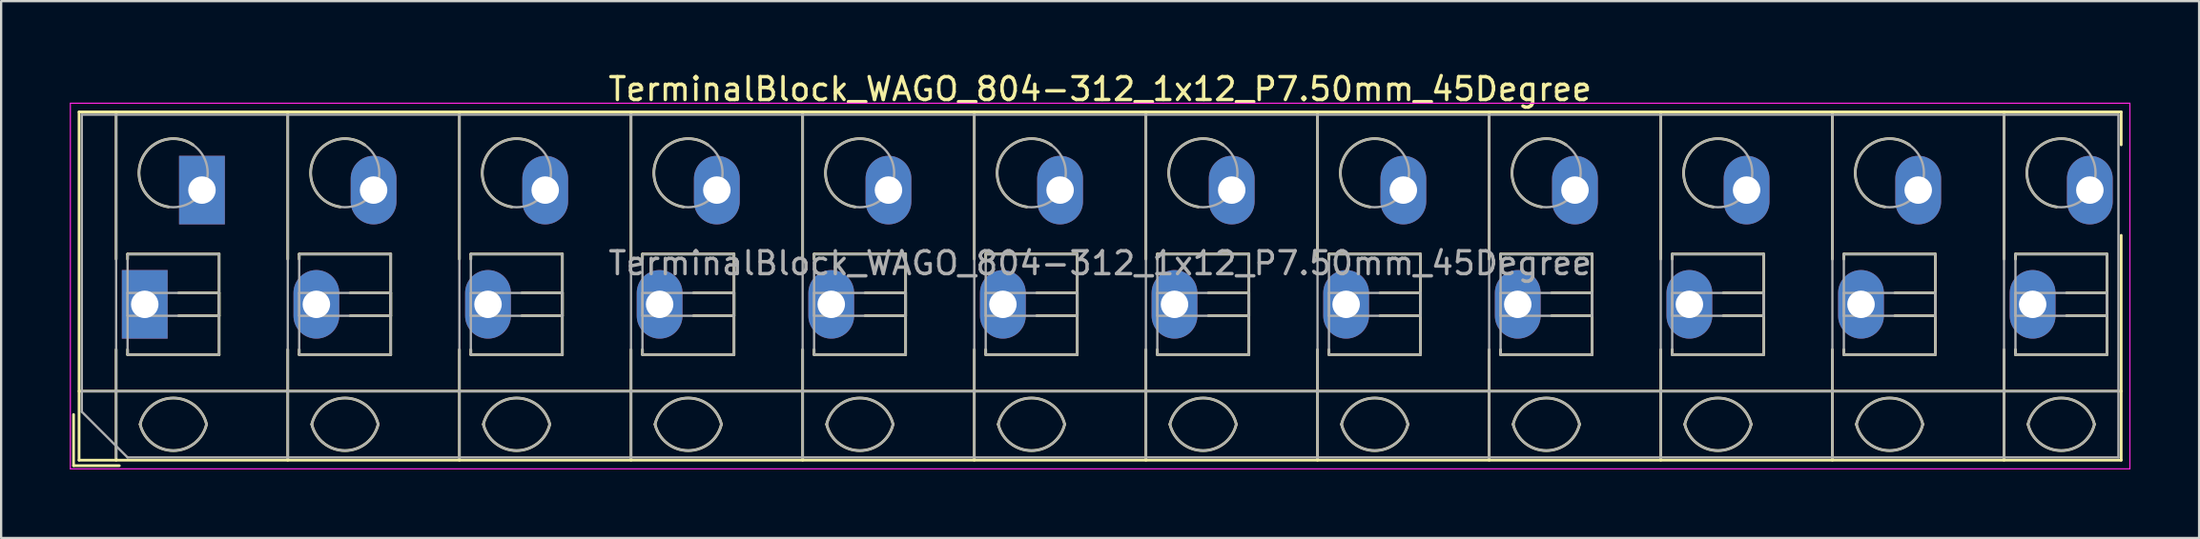
<source format=kicad_pcb>
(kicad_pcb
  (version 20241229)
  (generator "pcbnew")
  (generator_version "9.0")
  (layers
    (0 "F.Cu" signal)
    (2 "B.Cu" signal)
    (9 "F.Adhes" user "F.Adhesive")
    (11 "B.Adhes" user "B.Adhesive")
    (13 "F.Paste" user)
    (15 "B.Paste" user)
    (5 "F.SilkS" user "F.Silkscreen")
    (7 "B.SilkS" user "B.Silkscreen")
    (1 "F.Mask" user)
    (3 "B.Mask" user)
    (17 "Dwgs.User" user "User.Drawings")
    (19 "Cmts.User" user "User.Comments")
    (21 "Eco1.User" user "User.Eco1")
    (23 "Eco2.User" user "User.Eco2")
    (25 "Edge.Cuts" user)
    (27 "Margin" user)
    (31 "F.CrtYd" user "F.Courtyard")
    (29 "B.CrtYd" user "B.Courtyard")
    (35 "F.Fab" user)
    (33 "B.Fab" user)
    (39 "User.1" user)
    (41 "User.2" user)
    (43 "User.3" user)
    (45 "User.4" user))
  (footprint "TerminalBlock_WAGO_804-312_1x12_P7.50mm_45Degree"
    (layer "F.Cu")
    (at 3.275 10.268)
    (property "Reference" "TerminalBlock_WAGO_804-312_1x12_P7.50mm_45Degree" (at 41.75 -9.42 0) (layer "F.SilkS") (effects (font (size 1 1) (thickness 0.15))))
    (attr through_hole)
    (fp_line (start -3.11 4.82) (end -3.11 7.06) (stroke (width 0.12) (type solid)) (layer "F.SilkS"))
    (fp_line (start -3.11 7.06) (end -1.11 7.06) (stroke (width 0.12) (type solid)) (layer "F.SilkS"))
    (fp_line (start -2.87 -8.42) (end -2.87 6.82) (stroke (width 0.12) (type solid)) (layer "F.SilkS"))
    (fp_line (start -2.87 -8.42) (end 86.37 -8.42) (stroke (width 0.12) (type solid)) (layer "F.SilkS"))
    (fp_line (start -2.87 3.8) (end 86.37 3.8) (stroke (width 0.12) (type solid)) (layer "F.SilkS"))
    (fp_line (start -2.87 6.82) (end 86.37 6.82) (stroke (width 0.12) (type solid)) (layer "F.SilkS"))
    (fp_line (start -1.25 -8.42) (end -1.25 -1.98) (stroke (width 0.12) (type solid)) (layer "F.SilkS"))
    (fp_line (start -1.25 1.98) (end -1.25 6.82) (stroke (width 0.12) (type solid)) (layer "F.SilkS"))
    (fp_line (start -0.75 -2.2) (end -0.75 -1.98) (stroke (width 0.12) (type solid)) (layer "F.SilkS"))
    (fp_line (start -0.75 -2.2) (end 3.25 -2.2) (stroke (width 0.12) (type solid)) (layer "F.SilkS"))
    (fp_line (start -0.75 1.98) (end -0.75 2.2) (stroke (width 0.12) (type solid)) (layer "F.SilkS"))
    (fp_line (start -0.75 2.2) (end 3.25 2.2) (stroke (width 0.12) (type solid)) (layer "F.SilkS"))
    (fp_line (start 1.48 -0.5) (end 3.25 -0.5) (stroke (width 0.12) (type solid)) (layer "F.SilkS"))
    (fp_line (start 1.48 0.5) (end 3.25 0.5) (stroke (width 0.12) (type solid)) (layer "F.SilkS"))
    (fp_line (start 3.25 -2.2) (end 3.25 2.2) (stroke (width 0.12) (type solid)) (layer "F.SilkS"))
    (fp_line (start 3.25 -0.5) (end 3.25 0.5) (stroke (width 0.12) (type solid)) (layer "F.SilkS"))
    (fp_line (start 6.25 -8.42) (end 6.25 -1.98) (stroke (width 0.12) (type solid)) (layer "F.SilkS"))
    (fp_line (start 6.25 1.98) (end 6.25 6.82) (stroke (width 0.12) (type solid)) (layer "F.SilkS"))
    (fp_line (start 6.75 -2.2) (end 6.75 -1.98) (stroke (width 0.12) (type solid)) (layer "F.SilkS"))
    (fp_line (start 6.75 -2.2) (end 10.75 -2.2) (stroke (width 0.12) (type solid)) (layer "F.SilkS"))
    (fp_line (start 6.75 1.98) (end 6.75 2.2) (stroke (width 0.12) (type solid)) (layer "F.SilkS"))
    (fp_line (start 6.75 2.2) (end 10.75 2.2) (stroke (width 0.12) (type solid)) (layer "F.SilkS"))
    (fp_line (start 8.98 -0.5) (end 10.75 -0.5) (stroke (width 0.12) (type solid)) (layer "F.SilkS"))
    (fp_line (start 8.98 0.5) (end 10.75 0.5) (stroke (width 0.12) (type solid)) (layer "F.SilkS"))
    (fp_line (start 10.75 -2.2) (end 10.75 2.2) (stroke (width 0.12) (type solid)) (layer "F.SilkS"))
    (fp_line (start 10.75 -0.5) (end 10.75 0.5) (stroke (width 0.12) (type solid)) (layer "F.SilkS"))
    (fp_line (start 13.75 -8.42) (end 13.75 -1.98) (stroke (width 0.12) (type solid)) (layer "F.SilkS"))
    (fp_line (start 13.75 1.98) (end 13.75 6.82) (stroke (width 0.12) (type solid)) (layer "F.SilkS"))
    (fp_line (start 14.25 -2.2) (end 14.25 -1.98) (stroke (width 0.12) (type solid)) (layer "F.SilkS"))
    (fp_line (start 14.25 -2.2) (end 18.25 -2.2) (stroke (width 0.12) (type solid)) (layer "F.SilkS"))
    (fp_line (start 14.25 1.98) (end 14.25 2.2) (stroke (width 0.12) (type solid)) (layer "F.SilkS"))
    (fp_line (start 14.25 2.2) (end 18.25 2.2) (stroke (width 0.12) (type solid)) (layer "F.SilkS"))
    (fp_line (start 16.48 -0.5) (end 18.25 -0.5) (stroke (width 0.12) (type solid)) (layer "F.SilkS"))
    (fp_line (start 16.48 0.5) (end 18.25 0.5) (stroke (width 0.12) (type solid)) (layer "F.SilkS"))
    (fp_line (start 18.25 -2.2) (end 18.25 2.2) (stroke (width 0.12) (type solid)) (layer "F.SilkS"))
    (fp_line (start 18.25 -0.5) (end 18.25 0.5) (stroke (width 0.12) (type solid)) (layer "F.SilkS"))
    (fp_line (start 21.25 -8.42) (end 21.25 -1.98) (stroke (width 0.12) (type solid)) (layer "F.SilkS"))
    (fp_line (start 21.25 1.98) (end 21.25 6.82) (stroke (width 0.12) (type solid)) (layer "F.SilkS"))
    (fp_line (start 21.75 -2.2) (end 21.75 -1.98) (stroke (width 0.12) (type solid)) (layer "F.SilkS"))
    (fp_line (start 21.75 -2.2) (end 25.75 -2.2) (stroke (width 0.12) (type solid)) (layer "F.SilkS"))
    (fp_line (start 21.75 1.98) (end 21.75 2.2) (stroke (width 0.12) (type solid)) (layer "F.SilkS"))
    (fp_line (start 21.75 2.2) (end 25.75 2.2) (stroke (width 0.12) (type solid)) (layer "F.SilkS"))
    (fp_line (start 23.98 -0.5) (end 25.75 -0.5) (stroke (width 0.12) (type solid)) (layer "F.SilkS"))
    (fp_line (start 23.98 0.5) (end 25.75 0.5) (stroke (width 0.12) (type solid)) (layer "F.SilkS"))
    (fp_line (start 25.75 -2.2) (end 25.75 2.2) (stroke (width 0.12) (type solid)) (layer "F.SilkS"))
    (fp_line (start 25.75 -0.5) (end 25.75 0.5) (stroke (width 0.12) (type solid)) (layer "F.SilkS"))
    (fp_line (start 28.75 -8.42) (end 28.75 -1.98) (stroke (width 0.12) (type solid)) (layer "F.SilkS"))
    (fp_line (start 28.75 1.98) (end 28.75 6.82) (stroke (width 0.12) (type solid)) (layer "F.SilkS"))
    (fp_line (start 29.25 -2.2) (end 29.25 -1.98) (stroke (width 0.12) (type solid)) (layer "F.SilkS"))
    (fp_line (start 29.25 -2.2) (end 33.25 -2.2) (stroke (width 0.12) (type solid)) (layer "F.SilkS"))
    (fp_line (start 29.25 1.98) (end 29.25 2.2) (stroke (width 0.12) (type solid)) (layer "F.SilkS"))
    (fp_line (start 29.25 2.2) (end 33.25 2.2) (stroke (width 0.12) (type solid)) (layer "F.SilkS"))
    (fp_line (start 31.48 -0.5) (end 33.25 -0.5) (stroke (width 0.12) (type solid)) (layer "F.SilkS"))
    (fp_line (start 31.48 0.5) (end 33.25 0.5) (stroke (width 0.12) (type solid)) (layer "F.SilkS"))
    (fp_line (start 33.25 -2.2) (end 33.25 2.2) (stroke (width 0.12) (type solid)) (layer "F.SilkS"))
    (fp_line (start 33.25 -0.5) (end 33.25 0.5) (stroke (width 0.12) (type solid)) (layer "F.SilkS"))
    (fp_line (start 36.25 -8.42) (end 36.25 -1.98) (stroke (width 0.12) (type solid)) (layer "F.SilkS"))
    (fp_line (start 36.25 1.98) (end 36.25 6.82) (stroke (width 0.12) (type solid)) (layer "F.SilkS"))
    (fp_line (start 36.75 -2.2) (end 36.75 -1.98) (stroke (width 0.12) (type solid)) (layer "F.SilkS"))
    (fp_line (start 36.75 -2.2) (end 40.75 -2.2) (stroke (width 0.12) (type solid)) (layer "F.SilkS"))
    (fp_line (start 36.75 1.98) (end 36.75 2.2) (stroke (width 0.12) (type solid)) (layer "F.SilkS"))
    (fp_line (start 36.75 2.2) (end 40.75 2.2) (stroke (width 0.12) (type solid)) (layer "F.SilkS"))
    (fp_line (start 38.98 -0.5) (end 40.75 -0.5) (stroke (width 0.12) (type solid)) (layer "F.SilkS"))
    (fp_line (start 38.98 0.5) (end 40.75 0.5) (stroke (width 0.12) (type solid)) (layer "F.SilkS"))
    (fp_line (start 40.75 -2.2) (end 40.75 2.2) (stroke (width 0.12) (type solid)) (layer "F.SilkS"))
    (fp_line (start 40.75 -0.5) (end 40.75 0.5) (stroke (width 0.12) (type solid)) (layer "F.SilkS"))
    (fp_line (start 43.75 -8.42) (end 43.75 -1.98) (stroke (width 0.12) (type solid)) (layer "F.SilkS"))
    (fp_line (start 43.75 1.98) (end 43.75 6.82) (stroke (width 0.12) (type solid)) (layer "F.SilkS"))
    (fp_line (start 44.25 -2.2) (end 44.25 -1.98) (stroke (width 0.12) (type solid)) (layer "F.SilkS"))
    (fp_line (start 44.25 -2.2) (end 48.25 -2.2) (stroke (width 0.12) (type solid)) (layer "F.SilkS"))
    (fp_line (start 44.25 1.98) (end 44.25 2.2) (stroke (width 0.12) (type solid)) (layer "F.SilkS"))
    (fp_line (start 44.25 2.2) (end 48.25 2.2) (stroke (width 0.12) (type solid)) (layer "F.SilkS"))
    (fp_line (start 46.48 -0.5) (end 48.25 -0.5) (stroke (width 0.12) (type solid)) (layer "F.SilkS"))
    (fp_line (start 46.48 0.5) (end 48.25 0.5) (stroke (width 0.12) (type solid)) (layer "F.SilkS"))
    (fp_line (start 48.25 -2.2) (end 48.25 2.2) (stroke (width 0.12) (type solid)) (layer "F.SilkS"))
    (fp_line (start 48.25 -0.5) (end 48.25 0.5) (stroke (width 0.12) (type solid)) (layer "F.SilkS"))
    (fp_line (start 51.25 -8.42) (end 51.25 -1.98) (stroke (width 0.12) (type solid)) (layer "F.SilkS"))
    (fp_line (start 51.25 1.98) (end 51.25 6.82) (stroke (width 0.12) (type solid)) (layer "F.SilkS"))
    (fp_line (start 51.75 -2.2) (end 51.75 -1.98) (stroke (width 0.12) (type solid)) (layer "F.SilkS"))
    (fp_line (start 51.75 -2.2) (end 55.75 -2.2) (stroke (width 0.12) (type solid)) (layer "F.SilkS"))
    (fp_line (start 51.75 1.98) (end 51.75 2.2) (stroke (width 0.12) (type solid)) (layer "F.SilkS"))
    (fp_line (start 51.75 2.2) (end 55.75 2.2) (stroke (width 0.12) (type solid)) (layer "F.SilkS"))
    (fp_line (start 53.98 -0.5) (end 55.75 -0.5) (stroke (width 0.12) (type solid)) (layer "F.SilkS"))
    (fp_line (start 53.98 0.5) (end 55.75 0.5) (stroke (width 0.12) (type solid)) (layer "F.SilkS"))
    (fp_line (start 55.75 -2.2) (end 55.75 2.2) (stroke (width 0.12) (type solid)) (layer "F.SilkS"))
    (fp_line (start 55.75 -0.5) (end 55.75 0.5) (stroke (width 0.12) (type solid)) (layer "F.SilkS"))
    (fp_line (start 58.75 -8.42) (end 58.75 -1.98) (stroke (width 0.12) (type solid)) (layer "F.SilkS"))
    (fp_line (start 58.75 1.98) (end 58.75 6.82) (stroke (width 0.12) (type solid)) (layer "F.SilkS"))
    (fp_line (start 59.25 -2.2) (end 59.25 -1.98) (stroke (width 0.12) (type solid)) (layer "F.SilkS"))
    (fp_line (start 59.25 -2.2) (end 63.25 -2.2) (stroke (width 0.12) (type solid)) (layer "F.SilkS"))
    (fp_line (start 59.25 1.98) (end 59.25 2.2) (stroke (width 0.12) (type solid)) (layer "F.SilkS"))
    (fp_line (start 59.25 2.2) (end 63.25 2.2) (stroke (width 0.12) (type solid)) (layer "F.SilkS"))
    (fp_line (start 61.48 -0.5) (end 63.25 -0.5) (stroke (width 0.12) (type solid)) (layer "F.SilkS"))
    (fp_line (start 61.48 0.5) (end 63.25 0.5) (stroke (width 0.12) (type solid)) (layer "F.SilkS"))
    (fp_line (start 63.25 -2.2) (end 63.25 2.2) (stroke (width 0.12) (type solid)) (layer "F.SilkS"))
    (fp_line (start 63.25 -0.5) (end 63.25 0.5) (stroke (width 0.12) (type solid)) (layer "F.SilkS"))
    (fp_line (start 66.25 -8.42) (end 66.25 -1.98) (stroke (width 0.12) (type solid)) (layer "F.SilkS"))
    (fp_line (start 66.25 1.98) (end 66.25 6.82) (stroke (width 0.12) (type solid)) (layer "F.SilkS"))
    (fp_line (start 66.75 -2.2) (end 66.75 -1.98) (stroke (width 0.12) (type solid)) (layer "F.SilkS"))
    (fp_line (start 66.75 -2.2) (end 70.75 -2.2) (stroke (width 0.12) (type solid)) (layer "F.SilkS"))
    (fp_line (start 66.75 1.98) (end 66.75 2.2) (stroke (width 0.12) (type solid)) (layer "F.SilkS"))
    (fp_line (start 66.75 2.2) (end 70.75 2.2) (stroke (width 0.12) (type solid)) (layer "F.SilkS"))
    (fp_line (start 68.98 -0.5) (end 70.75 -0.5) (stroke (width 0.12) (type solid)) (layer "F.SilkS"))
    (fp_line (start 68.98 0.5) (end 70.75 0.5) (stroke (width 0.12) (type solid)) (layer "F.SilkS"))
    (fp_line (start 70.75 -2.2) (end 70.75 2.2) (stroke (width 0.12) (type solid)) (layer "F.SilkS"))
    (fp_line (start 70.75 -0.5) (end 70.75 0.5) (stroke (width 0.12) (type solid)) (layer "F.SilkS"))
    (fp_line (start 73.75 -8.42) (end 73.75 -1.98) (stroke (width 0.12) (type solid)) (layer "F.SilkS"))
    (fp_line (start 73.75 1.98) (end 73.75 6.82) (stroke (width 0.12) (type solid)) (layer "F.SilkS"))
    (fp_line (start 74.25 -2.2) (end 74.25 -1.98) (stroke (width 0.12) (type solid)) (layer "F.SilkS"))
    (fp_line (start 74.25 -2.2) (end 78.25 -2.2) (stroke (width 0.12) (type solid)) (layer "F.SilkS"))
    (fp_line (start 74.25 1.98) (end 74.25 2.2) (stroke (width 0.12) (type solid)) (layer "F.SilkS"))
    (fp_line (start 74.25 2.2) (end 78.25 2.2) (stroke (width 0.12) (type solid)) (layer "F.SilkS"))
    (fp_line (start 76.48 -0.5) (end 78.25 -0.5) (stroke (width 0.12) (type solid)) (layer "F.SilkS"))
    (fp_line (start 76.48 0.5) (end 78.25 0.5) (stroke (width 0.12) (type solid)) (layer "F.SilkS"))
    (fp_line (start 78.25 -2.2) (end 78.25 2.2) (stroke (width 0.12) (type solid)) (layer "F.SilkS"))
    (fp_line (start 78.25 -0.5) (end 78.25 0.5) (stroke (width 0.12) (type solid)) (layer "F.SilkS"))
    (fp_line (start 81.25 -8.42) (end 81.25 -1.98) (stroke (width 0.12) (type solid)) (layer "F.SilkS"))
    (fp_line (start 81.25 1.98) (end 81.25 6.82) (stroke (width 0.12) (type solid)) (layer "F.SilkS"))
    (fp_line (start 81.75 -2.2) (end 81.75 -1.98) (stroke (width 0.12) (type solid)) (layer "F.SilkS"))
    (fp_line (start 81.75 -2.2) (end 85.75 -2.2) (stroke (width 0.12) (type solid)) (layer "F.SilkS"))
    (fp_line (start 81.75 1.98) (end 81.75 2.2) (stroke (width 0.12) (type solid)) (layer "F.SilkS"))
    (fp_line (start 81.75 2.2) (end 85.75 2.2) (stroke (width 0.12) (type solid)) (layer "F.SilkS"))
    (fp_line (start 83.98 -0.5) (end 85.75 -0.5) (stroke (width 0.12) (type solid)) (layer "F.SilkS"))
    (fp_line (start 83.98 0.5) (end 85.75 0.5) (stroke (width 0.12) (type solid)) (layer "F.SilkS"))
    (fp_line (start 85.75 -2.2) (end 85.75 2.2) (stroke (width 0.12) (type solid)) (layer "F.SilkS"))
    (fp_line (start 85.75 -0.5) (end 85.75 0.5) (stroke (width 0.12) (type solid)) (layer "F.SilkS"))
    (fp_line (start 86.37 -8.42) (end 86.37 -6.98) (stroke (width 0.12) (type solid)) (layer "F.SilkS"))
    (fp_line (start 86.37 -3.02) (end 86.37 6.82) (stroke (width 0.12) (type solid)) (layer "F.SilkS"))
    (fp_arc (start -0.200865 5.250424) (mid 1.250296 4.099926) (end 2.701 5.251) (stroke (width 0.12) (type solid)) (layer "F.SilkS"))
    (fp_arc (start 1.040798 -4.264067) (mid -0.146039 -6.300306) (end 2.111 -6.979) (stroke (width 0.12) (type solid)) (layer "F.SilkS"))
    (fp_arc (start 2.7 5.25) (mid 1.250068 6.400101) (end -0.199969 5.250133) (stroke (width 0.12) (type solid)) (layer "F.SilkS"))
    (fp_arc (start 7.299135 5.250424) (mid 8.750296 4.099926) (end 10.201 5.251) (stroke (width 0.12) (type solid)) (layer "F.SilkS"))
    (fp_arc (start 8.540798 -4.264067) (mid 7.353961 -6.300306) (end 9.611 -6.979) (stroke (width 0.12) (type solid)) (layer "F.SilkS"))
    (fp_arc (start 10.2 5.25) (mid 8.750068 6.400101) (end 7.300031 5.250133) (stroke (width 0.12) (type solid)) (layer "F.SilkS"))
    (fp_arc (start 14.799135 5.250424) (mid 16.250296 4.099926) (end 17.701 5.251) (stroke (width 0.12) (type solid)) (layer "F.SilkS"))
    (fp_arc (start 16.040798 -4.264067) (mid 14.853961 -6.300306) (end 17.111 -6.979) (stroke (width 0.12) (type solid)) (layer "F.SilkS"))
    (fp_arc (start 17.7 5.25) (mid 16.250068 6.400101) (end 14.800031 5.250133) (stroke (width 0.12) (type solid)) (layer "F.SilkS"))
    (fp_arc (start 22.299135 5.250424) (mid 23.750296 4.099926) (end 25.201 5.251) (stroke (width 0.12) (type solid)) (layer "F.SilkS"))
    (fp_arc (start 23.540798 -4.264067) (mid 22.353961 -6.300306) (end 24.611 -6.979) (stroke (width 0.12) (type solid)) (layer "F.SilkS"))
    (fp_arc (start 25.2 5.25) (mid 23.750068 6.400101) (end 22.300031 5.250133) (stroke (width 0.12) (type solid)) (layer "F.SilkS"))
    (fp_arc (start 29.799135 5.250424) (mid 31.250296 4.099926) (end 32.701 5.251) (stroke (width 0.12) (type solid)) (layer "F.SilkS"))
    (fp_arc (start 31.040798 -4.264067) (mid 29.853961 -6.300306) (end 32.111 -6.979) (stroke (width 0.12) (type solid)) (layer "F.SilkS"))
    (fp_arc (start 32.701 5.25) (mid 31.250296 6.401074) (end 29.799135 5.250576) (stroke (width 0.12) (type solid)) (layer "F.SilkS"))
    (fp_arc (start 37.299135 5.250424) (mid 38.750296 4.099926) (end 40.201 5.251) (stroke (width 0.12) (type solid)) (layer "F.SilkS"))
    (fp_arc (start 38.540798 -4.264067) (mid 37.353961 -6.300306) (end 39.611 -6.979) (stroke (width 0.12) (type solid)) (layer "F.SilkS"))
    (fp_arc (start 40.2 5.25) (mid 38.750068 6.400101) (end 37.300031 5.250133) (stroke (width 0.12) (type solid)) (layer "F.SilkS"))
    (fp_arc (start 44.799135 5.250424) (mid 46.250296 4.099926) (end 47.701 5.251) (stroke (width 0.12) (type solid)) (layer "F.SilkS"))
    (fp_arc (start 46.040798 -4.264067) (mid 44.853961 -6.300306) (end 47.111 -6.979) (stroke (width 0.12) (type solid)) (layer "F.SilkS"))
    (fp_arc (start 47.7 5.25) (mid 46.250068 6.400101) (end 44.800031 5.250133) (stroke (width 0.12) (type solid)) (layer "F.SilkS"))
    (fp_arc (start 52.299135 5.250424) (mid 53.750296 4.099926) (end 55.201 5.251) (stroke (width 0.12) (type solid)) (layer "F.SilkS"))
    (fp_arc (start 53.540798 -4.264067) (mid 52.353961 -6.300306) (end 54.611 -6.979) (stroke (width 0.12) (type solid)) (layer "F.SilkS"))
    (fp_arc (start 55.2 5.25) (mid 53.750068 6.400101) (end 52.300031 5.250133) (stroke (width 0.12) (type solid)) (layer "F.SilkS"))
    (fp_arc (start 59.799135 5.250424) (mid 61.250296 4.099926) (end 62.701 5.251) (stroke (width 0.12) (type solid)) (layer "F.SilkS"))
    (fp_arc (start 61.040798 -4.264067) (mid 59.853961 -6.300306) (end 62.111 -6.979) (stroke (width 0.12) (type solid)) (layer "F.SilkS"))
    (fp_arc (start 62.7 5.25) (mid 61.250068 6.400101) (end 59.800031 5.250133) (stroke (width 0.12) (type solid)) (layer "F.SilkS"))
    (fp_arc (start 67.299135 5.250424) (mid 68.750296 4.099926) (end 70.201 5.251) (stroke (width 0.12) (type solid)) (layer "F.SilkS"))
    (fp_arc (start 68.540798 -4.264067) (mid 67.353961 -6.300306) (end 69.611 -6.979) (stroke (width 0.12) (type solid)) (layer "F.SilkS"))
    (fp_arc (start 70.2 5.25) (mid 68.750068 6.400101) (end 67.300031 5.250133) (stroke (width 0.12) (type solid)) (layer "F.SilkS"))
    (fp_arc (start 74.799135 5.250424) (mid 76.250296 4.099926) (end 77.701 5.251) (stroke (width 0.12) (type solid)) (layer "F.SilkS"))
    (fp_arc (start 76.040798 -4.264067) (mid 74.853961 -6.300306) (end 77.111 -6.979) (stroke (width 0.12) (type solid)) (layer "F.SilkS"))
    (fp_arc (start 77.7 5.25) (mid 76.250068 6.400101) (end 74.800031 5.250133) (stroke (width 0.12) (type solid)) (layer "F.SilkS"))
    (fp_arc (start 82.299135 5.250424) (mid 83.750296 4.099926) (end 85.201 5.251) (stroke (width 0.12) (type solid)) (layer "F.SilkS"))
    (fp_arc (start 83.540798 -4.264067) (mid 82.353961 -6.300306) (end 84.611 -6.979) (stroke (width 0.12) (type solid)) (layer "F.SilkS"))
    (fp_arc (start 85.2 5.25) (mid 83.750068 6.400101) (end 82.300031 5.250133) (stroke (width 0.12) (type solid)) (layer "F.SilkS"))
    (fp_line (start -3.25 -8.8) (end -3.25 7.2) (stroke (width 0.05) (type solid)) (layer "F.CrtYd"))
    (fp_line (start -3.25 7.2) (end 86.75 7.2) (stroke (width 0.05) (type solid)) (layer "F.CrtYd"))
    (fp_line (start 86.75 -8.8) (end -3.25 -8.8) (stroke (width 0.05) (type solid)) (layer "F.CrtYd"))
    (fp_line (start 86.75 7.2) (end 86.75 -8.8) (stroke (width 0.05) (type solid)) (layer "F.CrtYd"))
    (fp_line (start -2.75 -8.3) (end 86.25 -8.3) (stroke (width 0.1) (type solid)) (layer "F.Fab"))
    (fp_line (start -2.75 3.8) (end 86.25 3.8) (stroke (width 0.1) (type solid)) (layer "F.Fab"))
    (fp_line (start -2.75 4.7) (end -2.75 -8.3) (stroke (width 0.1) (type solid)) (layer "F.Fab"))
    (fp_line (start -1.25 -8.3) (end -1.25 6.7) (stroke (width 0.1) (type solid)) (layer "F.Fab"))
    (fp_line (start -0.75 -2.2) (end -0.75 2.2) (stroke (width 0.1) (type solid)) (layer "F.Fab"))
    (fp_line (start -0.75 -0.5) (end -0.75 0.5) (stroke (width 0.1) (type solid)) (layer "F.Fab"))
    (fp_line (start -0.75 0.5) (end 3.25 0.5) (stroke (width 0.1) (type solid)) (layer "F.Fab"))
    (fp_line (start -0.75 2.2) (end 3.25 2.2) (stroke (width 0.1) (type solid)) (layer "F.Fab"))
    (fp_line (start -0.75 6.7) (end -2.75 4.7) (stroke (width 0.1) (type solid)) (layer "F.Fab"))
    (fp_line (start 3.25 -2.2) (end -0.75 -2.2) (stroke (width 0.1) (type solid)) (layer "F.Fab"))
    (fp_line (start 3.25 -0.5) (end -0.75 -0.5) (stroke (width 0.1) (type solid)) (layer "F.Fab"))
    (fp_line (start 3.25 0.5) (end 3.25 -0.5) (stroke (width 0.1) (type solid)) (layer "F.Fab"))
    (fp_line (start 3.25 2.2) (end 3.25 -2.2) (stroke (width 0.1) (type solid)) (layer "F.Fab"))
    (fp_line (start 6.25 -8.3) (end 6.25 6.7) (stroke (width 0.1) (type solid)) (layer "F.Fab"))
    (fp_line (start 6.75 -2.2) (end 6.75 2.2) (stroke (width 0.1) (type solid)) (layer "F.Fab"))
    (fp_line (start 6.75 -0.5) (end 6.75 0.5) (stroke (width 0.1) (type solid)) (layer "F.Fab"))
    (fp_line (start 6.75 0.5) (end 10.75 0.5) (stroke (width 0.1) (type solid)) (layer "F.Fab"))
    (fp_line (start 6.75 2.2) (end 10.75 2.2) (stroke (width 0.1) (type solid)) (layer "F.Fab"))
    (fp_line (start 10.75 -2.2) (end 6.75 -2.2) (stroke (width 0.1) (type solid)) (layer "F.Fab"))
    (fp_line (start 10.75 -0.5) (end 6.75 -0.5) (stroke (width 0.1) (type solid)) (layer "F.Fab"))
    (fp_line (start 10.75 0.5) (end 10.75 -0.5) (stroke (width 0.1) (type solid)) (layer "F.Fab"))
    (fp_line (start 10.75 2.2) (end 10.75 -2.2) (stroke (width 0.1) (type solid)) (layer "F.Fab"))
    (fp_line (start 13.75 -8.3) (end 13.75 6.7) (stroke (width 0.1) (type solid)) (layer "F.Fab"))
    (fp_line (start 14.25 -2.2) (end 14.25 2.2) (stroke (width 0.1) (type solid)) (layer "F.Fab"))
    (fp_line (start 14.25 -0.5) (end 14.25 0.5) (stroke (width 0.1) (type solid)) (layer "F.Fab"))
    (fp_line (start 14.25 0.5) (end 18.25 0.5) (stroke (width 0.1) (type solid)) (layer "F.Fab"))
    (fp_line (start 14.25 2.2) (end 18.25 2.2) (stroke (width 0.1) (type solid)) (layer "F.Fab"))
    (fp_line (start 18.25 -2.2) (end 14.25 -2.2) (stroke (width 0.1) (type solid)) (layer "F.Fab"))
    (fp_line (start 18.25 -0.5) (end 14.25 -0.5) (stroke (width 0.1) (type solid)) (layer "F.Fab"))
    (fp_line (start 18.25 0.5) (end 18.25 -0.5) (stroke (width 0.1) (type solid)) (layer "F.Fab"))
    (fp_line (start 18.25 2.2) (end 18.25 -2.2) (stroke (width 0.1) (type solid)) (layer "F.Fab"))
    (fp_line (start 21.25 -8.3) (end 21.25 6.7) (stroke (width 0.1) (type solid)) (layer "F.Fab"))
    (fp_line (start 21.75 -2.2) (end 21.75 2.2) (stroke (width 0.1) (type solid)) (layer "F.Fab"))
    (fp_line (start 21.75 -0.5) (end 21.75 0.5) (stroke (width 0.1) (type solid)) (layer "F.Fab"))
    (fp_line (start 21.75 0.5) (end 25.75 0.5) (stroke (width 0.1) (type solid)) (layer "F.Fab"))
    (fp_line (start 21.75 2.2) (end 25.75 2.2) (stroke (width 0.1) (type solid)) (layer "F.Fab"))
    (fp_line (start 25.75 -2.2) (end 21.75 -2.2) (stroke (width 0.1) (type solid)) (layer "F.Fab"))
    (fp_line (start 25.75 -0.5) (end 21.75 -0.5) (stroke (width 0.1) (type solid)) (layer "F.Fab"))
    (fp_line (start 25.75 0.5) (end 25.75 -0.5) (stroke (width 0.1) (type solid)) (layer "F.Fab"))
    (fp_line (start 25.75 2.2) (end 25.75 -2.2) (stroke (width 0.1) (type solid)) (layer "F.Fab"))
    (fp_line (start 28.75 -8.3) (end 28.75 6.7) (stroke (width 0.1) (type solid)) (layer "F.Fab"))
    (fp_line (start 29.25 -2.2) (end 29.25 2.2) (stroke (width 0.1) (type solid)) (layer "F.Fab"))
    (fp_line (start 29.25 -0.5) (end 29.25 0.5) (stroke (width 0.1) (type solid)) (layer "F.Fab"))
    (fp_line (start 29.25 0.5) (end 33.25 0.5) (stroke (width 0.1) (type solid)) (layer "F.Fab"))
    (fp_line (start 29.25 2.2) (end 33.25 2.2) (stroke (width 0.1) (type solid)) (layer "F.Fab"))
    (fp_line (start 33.25 -2.2) (end 29.25 -2.2) (stroke (width 0.1) (type solid)) (layer "F.Fab"))
    (fp_line (start 33.25 -0.5) (end 29.25 -0.5) (stroke (width 0.1) (type solid)) (layer "F.Fab"))
    (fp_line (start 33.25 0.5) (end 33.25 -0.5) (stroke (width 0.1) (type solid)) (layer "F.Fab"))
    (fp_line (start 33.25 2.2) (end 33.25 -2.2) (stroke (width 0.1) (type solid)) (layer "F.Fab"))
    (fp_line (start 36.25 -8.3) (end 36.25 6.7) (stroke (width 0.1) (type solid)) (layer "F.Fab"))
    (fp_line (start 36.75 -2.2) (end 36.75 2.2) (stroke (width 0.1) (type solid)) (layer "F.Fab"))
    (fp_line (start 36.75 -0.5) (end 36.75 0.5) (stroke (width 0.1) (type solid)) (layer "F.Fab"))
    (fp_line (start 36.75 0.5) (end 40.75 0.5) (stroke (width 0.1) (type solid)) (layer "F.Fab"))
    (fp_line (start 36.75 2.2) (end 40.75 2.2) (stroke (width 0.1) (type solid)) (layer "F.Fab"))
    (fp_line (start 40.75 -2.2) (end 36.75 -2.2) (stroke (width 0.1) (type solid)) (layer "F.Fab"))
    (fp_line (start 40.75 -0.5) (end 36.75 -0.5) (stroke (width 0.1) (type solid)) (layer "F.Fab"))
    (fp_line (start 40.75 0.5) (end 40.75 -0.5) (stroke (width 0.1) (type solid)) (layer "F.Fab"))
    (fp_line (start 40.75 2.2) (end 40.75 -2.2) (stroke (width 0.1) (type solid)) (layer "F.Fab"))
    (fp_line (start 43.75 -8.3) (end 43.75 6.7) (stroke (width 0.1) (type solid)) (layer "F.Fab"))
    (fp_line (start 44.25 -2.2) (end 44.25 2.2) (stroke (width 0.1) (type solid)) (layer "F.Fab"))
    (fp_line (start 44.25 -0.5) (end 44.25 0.5) (stroke (width 0.1) (type solid)) (layer "F.Fab"))
    (fp_line (start 44.25 0.5) (end 48.25 0.5) (stroke (width 0.1) (type solid)) (layer "F.Fab"))
    (fp_line (start 44.25 2.2) (end 48.25 2.2) (stroke (width 0.1) (type solid)) (layer "F.Fab"))
    (fp_line (start 48.25 -2.2) (end 44.25 -2.2) (stroke (width 0.1) (type solid)) (layer "F.Fab"))
    (fp_line (start 48.25 -0.5) (end 44.25 -0.5) (stroke (width 0.1) (type solid)) (layer "F.Fab"))
    (fp_line (start 48.25 0.5) (end 48.25 -0.5) (stroke (width 0.1) (type solid)) (layer "F.Fab"))
    (fp_line (start 48.25 2.2) (end 48.25 -2.2) (stroke (width 0.1) (type solid)) (layer "F.Fab"))
    (fp_line (start 51.25 -8.3) (end 51.25 6.7) (stroke (width 0.1) (type solid)) (layer "F.Fab"))
    (fp_line (start 51.75 -2.2) (end 51.75 2.2) (stroke (width 0.1) (type solid)) (layer "F.Fab"))
    (fp_line (start 51.75 -0.5) (end 51.75 0.5) (stroke (width 0.1) (type solid)) (layer "F.Fab"))
    (fp_line (start 51.75 0.5) (end 55.75 0.5) (stroke (width 0.1) (type solid)) (layer "F.Fab"))
    (fp_line (start 51.75 2.2) (end 55.75 2.2) (stroke (width 0.1) (type solid)) (layer "F.Fab"))
    (fp_line (start 55.75 -2.2) (end 51.75 -2.2) (stroke (width 0.1) (type solid)) (layer "F.Fab"))
    (fp_line (start 55.75 -0.5) (end 51.75 -0.5) (stroke (width 0.1) (type solid)) (layer "F.Fab"))
    (fp_line (start 55.75 0.5) (end 55.75 -0.5) (stroke (width 0.1) (type solid)) (layer "F.Fab"))
    (fp_line (start 55.75 2.2) (end 55.75 -2.2) (stroke (width 0.1) (type solid)) (layer "F.Fab"))
    (fp_line (start 58.75 -8.3) (end 58.75 6.7) (stroke (width 0.1) (type solid)) (layer "F.Fab"))
    (fp_line (start 59.25 -2.2) (end 59.25 2.2) (stroke (width 0.1) (type solid)) (layer "F.Fab"))
    (fp_line (start 59.25 -0.5) (end 59.25 0.5) (stroke (width 0.1) (type solid)) (layer "F.Fab"))
    (fp_line (start 59.25 0.5) (end 63.25 0.5) (stroke (width 0.1) (type solid)) (layer "F.Fab"))
    (fp_line (start 59.25 2.2) (end 63.25 2.2) (stroke (width 0.1) (type solid)) (layer "F.Fab"))
    (fp_line (start 63.25 -2.2) (end 59.25 -2.2) (stroke (width 0.1) (type solid)) (layer "F.Fab"))
    (fp_line (start 63.25 -0.5) (end 59.25 -0.5) (stroke (width 0.1) (type solid)) (layer "F.Fab"))
    (fp_line (start 63.25 0.5) (end 63.25 -0.5) (stroke (width 0.1) (type solid)) (layer "F.Fab"))
    (fp_line (start 63.25 2.2) (end 63.25 -2.2) (stroke (width 0.1) (type solid)) (layer "F.Fab"))
    (fp_line (start 66.25 -8.3) (end 66.25 6.7) (stroke (width 0.1) (type solid)) (layer "F.Fab"))
    (fp_line (start 66.75 -2.2) (end 66.75 2.2) (stroke (width 0.1) (type solid)) (layer "F.Fab"))
    (fp_line (start 66.75 -0.5) (end 66.75 0.5) (stroke (width 0.1) (type solid)) (layer "F.Fab"))
    (fp_line (start 66.75 0.5) (end 70.75 0.5) (stroke (width 0.1) (type solid)) (layer "F.Fab"))
    (fp_line (start 66.75 2.2) (end 70.75 2.2) (stroke (width 0.1) (type solid)) (layer "F.Fab"))
    (fp_line (start 70.75 -2.2) (end 66.75 -2.2) (stroke (width 0.1) (type solid)) (layer "F.Fab"))
    (fp_line (start 70.75 -0.5) (end 66.75 -0.5) (stroke (width 0.1) (type solid)) (layer "F.Fab"))
    (fp_line (start 70.75 0.5) (end 70.75 -0.5) (stroke (width 0.1) (type solid)) (layer "F.Fab"))
    (fp_line (start 70.75 2.2) (end 70.75 -2.2) (stroke (width 0.1) (type solid)) (layer "F.Fab"))
    (fp_line (start 73.75 -8.3) (end 73.75 6.7) (stroke (width 0.1) (type solid)) (layer "F.Fab"))
    (fp_line (start 74.25 -2.2) (end 74.25 2.2) (stroke (width 0.1) (type solid)) (layer "F.Fab"))
    (fp_line (start 74.25 -0.5) (end 74.25 0.5) (stroke (width 0.1) (type solid)) (layer "F.Fab"))
    (fp_line (start 74.25 0.5) (end 78.25 0.5) (stroke (width 0.1) (type solid)) (layer "F.Fab"))
    (fp_line (start 74.25 2.2) (end 78.25 2.2) (stroke (width 0.1) (type solid)) (layer "F.Fab"))
    (fp_line (start 78.25 -2.2) (end 74.25 -2.2) (stroke (width 0.1) (type solid)) (layer "F.Fab"))
    (fp_line (start 78.25 -0.5) (end 74.25 -0.5) (stroke (width 0.1) (type solid)) (layer "F.Fab"))
    (fp_line (start 78.25 0.5) (end 78.25 -0.5) (stroke (width 0.1) (type solid)) (layer "F.Fab"))
    (fp_line (start 78.25 2.2) (end 78.25 -2.2) (stroke (width 0.1) (type solid)) (layer "F.Fab"))
    (fp_line (start 81.25 -8.3) (end 81.25 6.7) (stroke (width 0.1) (type solid)) (layer "F.Fab"))
    (fp_line (start 81.75 -2.2) (end 81.75 2.2) (stroke (width 0.1) (type solid)) (layer "F.Fab"))
    (fp_line (start 81.75 -0.5) (end 81.75 0.5) (stroke (width 0.1) (type solid)) (layer "F.Fab"))
    (fp_line (start 81.75 0.5) (end 85.75 0.5) (stroke (width 0.1) (type solid)) (layer "F.Fab"))
    (fp_line (start 81.75 2.2) (end 85.75 2.2) (stroke (width 0.1) (type solid)) (layer "F.Fab"))
    (fp_line (start 85.75 -2.2) (end 81.75 -2.2) (stroke (width 0.1) (type solid)) (layer "F.Fab"))
    (fp_line (start 85.75 -0.5) (end 81.75 -0.5) (stroke (width 0.1) (type solid)) (layer "F.Fab"))
    (fp_line (start 85.75 0.5) (end 85.75 -0.5) (stroke (width 0.1) (type solid)) (layer "F.Fab"))
    (fp_line (start 85.75 2.2) (end 85.75 -2.2) (stroke (width 0.1) (type solid)) (layer "F.Fab"))
    (fp_line (start 86.25 -8.3) (end 86.25 6.7) (stroke (width 0.1) (type solid)) (layer "F.Fab"))
    (fp_line (start 86.25 6.7) (end -0.75 6.7) (stroke (width 0.1) (type solid)) (layer "F.Fab"))
    (fp_arc (start -0.200865 5.250424) (mid 1.250296 4.099926) (end 2.701 5.251) (stroke (width 0.1) (type solid)) (layer "F.Fab"))
    (fp_arc (start 2.7 5.25) (mid 1.250068 6.400101) (end -0.199969 5.250133) (stroke (width 0.1) (type solid)) (layer "F.Fab"))
    (fp_arc (start 7.299135 5.250424) (mid 8.750296 4.099926) (end 10.201 5.251) (stroke (width 0.1) (type solid)) (layer "F.Fab"))
    (fp_arc (start 10.2 5.25) (mid 8.750068 6.400101) (end 7.300031 5.250133) (stroke (width 0.1) (type solid)) (layer "F.Fab"))
    (fp_arc (start 14.799135 5.250424) (mid 16.250296 4.099926) (end 17.701 5.251) (stroke (width 0.1) (type solid)) (layer "F.Fab"))
    (fp_arc (start 17.7 5.25) (mid 16.250068 6.400101) (end 14.800031 5.250133) (stroke (width 0.1) (type solid)) (layer "F.Fab"))
    (fp_arc (start 22.299135 5.250424) (mid 23.750296 4.099926) (end 25.201 5.251) (stroke (width 0.1) (type solid)) (layer "F.Fab"))
    (fp_arc (start 25.2 5.25) (mid 23.750068 6.400101) (end 22.300031 5.250133) (stroke (width 0.1) (type solid)) (layer "F.Fab"))
    (fp_arc (start 29.799135 5.250424) (mid 31.250296 4.099926) (end 32.701 5.251) (stroke (width 0.1) (type solid)) (layer "F.Fab"))
    (fp_arc (start 32.701 5.25) (mid 31.250296 6.401074) (end 29.799135 5.250576) (stroke (width 0.1) (type solid)) (layer "F.Fab"))
    (fp_arc (start 37.299135 5.250424) (mid 38.750296 4.099926) (end 40.201 5.251) (stroke (width 0.1) (type solid)) (layer "F.Fab"))
    (fp_arc (start 40.2 5.25) (mid 38.750068 6.400101) (end 37.300031 5.250133) (stroke (width 0.1) (type solid)) (layer "F.Fab"))
    (fp_arc (start 44.799135 5.250424) (mid 46.250296 4.099926) (end 47.701 5.251) (stroke (width 0.1) (type solid)) (layer "F.Fab"))
    (fp_arc (start 47.7 5.25) (mid 46.250068 6.400101) (end 44.800031 5.250133) (stroke (width 0.1) (type solid)) (layer "F.Fab"))
    (fp_arc (start 52.299135 5.250424) (mid 53.750296 4.099926) (end 55.201 5.251) (stroke (width 0.1) (type solid)) (layer "F.Fab"))
    (fp_arc (start 55.2 5.25) (mid 53.750068 6.400101) (end 52.300031 5.250133) (stroke (width 0.1) (type solid)) (layer "F.Fab"))
    (fp_arc (start 59.799135 5.250424) (mid 61.250296 4.099926) (end 62.701 5.251) (stroke (width 0.1) (type solid)) (layer "F.Fab"))
    (fp_arc (start 62.7 5.25) (mid 61.250068 6.400101) (end 59.800031 5.250133) (stroke (width 0.1) (type solid)) (layer "F.Fab"))
    (fp_arc (start 67.299135 5.250424) (mid 68.750296 4.099926) (end 70.201 5.251) (stroke (width 0.1) (type solid)) (layer "F.Fab"))
    (fp_arc (start 70.2 5.25) (mid 68.750068 6.400101) (end 67.300031 5.250133) (stroke (width 0.1) (type solid)) (layer "F.Fab"))
    (fp_arc (start 74.799135 5.250424) (mid 76.250296 4.099926) (end 77.701 5.251) (stroke (width 0.1) (type solid)) (layer "F.Fab"))
    (fp_arc (start 77.7 5.25) (mid 76.250068 6.400101) (end 74.800031 5.250133) (stroke (width 0.1) (type solid)) (layer "F.Fab"))
    (fp_arc (start 82.299135 5.250424) (mid 83.750296 4.099926) (end 85.201 5.251) (stroke (width 0.1) (type solid)) (layer "F.Fab"))
    (fp_arc (start 85.2 5.25) (mid 83.750068 6.400101) (end 82.300031 5.250133) (stroke (width 0.1) (type solid)) (layer "F.Fab"))
    (fp_circle (center 1.25 -5.75) (end 2.75 -5.75) (stroke (width 0.1) (type solid)) (fill no) (layer "F.Fab"))
    (fp_circle (center 8.75 -5.75) (end 10.25 -5.75) (stroke (width 0.1) (type solid)) (fill no) (layer "F.Fab"))
    (fp_circle (center 16.25 -5.75) (end 17.75 -5.75) (stroke (width 0.1) (type solid)) (fill no) (layer "F.Fab"))
    (fp_circle (center 23.75 -5.75) (end 25.25 -5.75) (stroke (width 0.1) (type solid)) (fill no) (layer "F.Fab"))
    (fp_circle (center 31.25 -5.75) (end 32.75 -5.75) (stroke (width 0.1) (type solid)) (fill no) (layer "F.Fab"))
    (fp_circle (center 38.75 -5.75) (end 40.25 -5.75) (stroke (width 0.1) (type solid)) (fill no) (layer "F.Fab"))
    (fp_circle (center 46.25 -5.75) (end 47.75 -5.75) (stroke (width 0.1) (type solid)) (fill no) (layer "F.Fab"))
    (fp_circle (center 53.75 -5.75) (end 55.25 -5.75) (stroke (width 0.1) (type solid)) (fill no) (layer "F.Fab"))
    (fp_circle (center 61.25 -5.75) (end 62.75 -5.75) (stroke (width 0.1) (type solid)) (fill no) (layer "F.Fab"))
    (fp_circle (center 68.75 -5.75) (end 70.25 -5.75) (stroke (width 0.1) (type solid)) (fill no) (layer "F.Fab"))
    (fp_circle (center 76.25 -5.75) (end 77.75 -5.75) (stroke (width 0.1) (type solid)) (fill no) (layer "F.Fab"))
    (fp_circle (center 83.75 -5.75) (end 85.25 -5.75) (stroke (width 0.1) (type solid)) (fill no) (layer "F.Fab"))
    (fp_text user "${REFERENCE}" (at 41.75 -1.8 0) (layer "F.Fab") (effects (font (size 1 1) (thickness 0.15))))
    (pad "1" thru_hole rect (at 0 0) (size 2 3) (drill 1.2) (layers "*.Cu" "*.Mask"))
    (pad "1" thru_hole rect (at 2.5 -5) (size 2 3) (drill 1.2) (layers "*.Cu" "*.Mask"))
    (pad "2" thru_hole oval (at 7.5 0) (size 2 3) (drill 1.2) (layers "*.Cu" "*.Mask"))
    (pad "2" thru_hole oval (at 10 -5) (size 2 3) (drill 1.2) (layers "*.Cu" "*.Mask"))
    (pad "3" thru_hole oval (at 15 0) (size 2 3) (drill 1.2) (layers "*.Cu" "*.Mask"))
    (pad "3" thru_hole oval (at 17.5 -5) (size 2 3) (drill 1.2) (layers "*.Cu" "*.Mask"))
    (pad "4" thru_hole oval (at 22.5 0) (size 2 3) (drill 1.2) (layers "*.Cu" "*.Mask"))
    (pad "4" thru_hole oval (at 25 -5) (size 2 3) (drill 1.2) (layers "*.Cu" "*.Mask"))
    (pad "5" thru_hole oval (at 30 0) (size 2 3) (drill 1.2) (layers "*.Cu" "*.Mask"))
    (pad "5" thru_hole oval (at 32.5 -5) (size 2 3) (drill 1.2) (layers "*.Cu" "*.Mask"))
    (pad "6" thru_hole oval (at 37.5 0) (size 2 3) (drill 1.2) (layers "*.Cu" "*.Mask"))
    (pad "6" thru_hole oval (at 40 -5) (size 2 3) (drill 1.2) (layers "*.Cu" "*.Mask"))
    (pad "7" thru_hole oval (at 45 0) (size 2 3) (drill 1.2) (layers "*.Cu" "*.Mask"))
    (pad "7" thru_hole oval (at 47.5 -5) (size 2 3) (drill 1.2) (layers "*.Cu" "*.Mask"))
    (pad "8" thru_hole oval (at 52.5 0) (size 2 3) (drill 1.2) (layers "*.Cu" "*.Mask"))
    (pad "8" thru_hole oval (at 55 -5) (size 2 3) (drill 1.2) (layers "*.Cu" "*.Mask"))
    (pad "9" thru_hole oval (at 60 0) (size 2 3) (drill 1.2) (layers "*.Cu" "*.Mask"))
    (pad "9" thru_hole oval (at 62.5 -5) (size 2 3) (drill 1.2) (layers "*.Cu" "*.Mask"))
    (pad "10" thru_hole oval (at 67.5 0) (size 2 3) (drill 1.2) (layers "*.Cu" "*.Mask"))
    (pad "10" thru_hole oval (at 70 -5) (size 2 3) (drill 1.2) (layers "*.Cu" "*.Mask"))
    (pad "11" thru_hole oval (at 75 0) (size 2 3) (drill 1.2) (layers "*.Cu" "*.Mask"))
    (pad "11" thru_hole oval (at 77.5 -5) (size 2 3) (drill 1.2) (layers "*.Cu" "*.Mask"))
    (pad "12" thru_hole oval (at 82.5 0) (size 2 3) (drill 1.2) (layers "*.Cu" "*.Mask"))
    (pad "12" thru_hole oval (at 85 -5) (size 2 3) (drill 1.2) (layers "*.Cu" "*.Mask")))
  (gr_rect
    (start -3 -3)
    (end 93.05 20.493)
    (stroke (width 0.1) (type default))
    (fill no)
    (layer "Edge.Cuts")))
</source>
